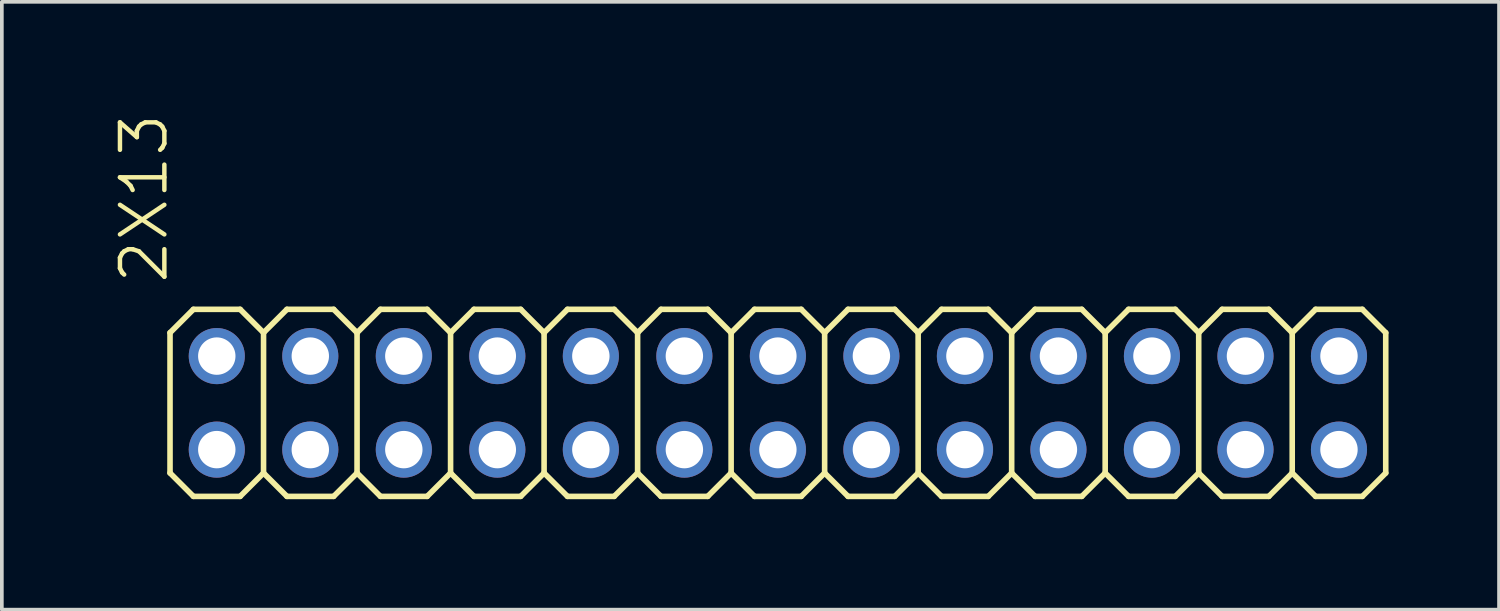
<source format=kicad_pcb>
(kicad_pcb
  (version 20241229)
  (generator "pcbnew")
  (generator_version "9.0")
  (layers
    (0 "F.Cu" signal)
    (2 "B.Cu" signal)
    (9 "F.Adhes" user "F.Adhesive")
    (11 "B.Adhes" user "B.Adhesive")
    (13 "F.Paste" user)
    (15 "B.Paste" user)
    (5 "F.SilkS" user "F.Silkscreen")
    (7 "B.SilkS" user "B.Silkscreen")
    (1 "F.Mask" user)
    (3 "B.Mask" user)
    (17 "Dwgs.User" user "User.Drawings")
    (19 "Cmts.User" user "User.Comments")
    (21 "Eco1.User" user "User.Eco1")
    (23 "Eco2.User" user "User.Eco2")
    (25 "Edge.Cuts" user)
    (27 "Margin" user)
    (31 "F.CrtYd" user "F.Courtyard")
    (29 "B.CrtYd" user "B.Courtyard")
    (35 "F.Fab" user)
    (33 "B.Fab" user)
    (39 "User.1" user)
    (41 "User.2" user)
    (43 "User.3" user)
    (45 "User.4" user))
  (footprint "2X13"
    (layer "F.Cu")
    (at 18.078 7.892)
    (property "Reference" "2X13" (at -16.51 -3.175 90) (layer "F.SilkS") (effects (font (size 1.206 1.206) (thickness 0.121)) (justify left bottom)))
    (attr through_hole)
    (fp_line (start -16.51 -1.905) (end -15.875 -2.54) (stroke (width 0.152) (type solid)) (layer "F.SilkS"))
    (fp_line (start -16.51 1.905) (end -16.51 -1.905) (stroke (width 0.152) (type solid)) (layer "F.SilkS"))
    (fp_line (start -16.51 1.905) (end -15.875 2.54) (stroke (width 0.152) (type solid)) (layer "F.SilkS"))
    (fp_line (start -15.875 -2.54) (end -14.605 -2.54) (stroke (width 0.152) (type solid)) (layer "F.SilkS"))
    (fp_line (start -15.875 2.54) (end -14.605 2.54) (stroke (width 0.152) (type solid)) (layer "F.SilkS"))
    (fp_line (start -14.605 -2.54) (end -13.97 -1.905) (stroke (width 0.152) (type solid)) (layer "F.SilkS"))
    (fp_line (start -14.605 2.54) (end -13.97 1.905) (stroke (width 0.152) (type solid)) (layer "F.SilkS"))
    (fp_line (start -13.97 -1.905) (end -13.97 1.905) (stroke (width 0.152) (type solid)) (layer "F.SilkS"))
    (fp_line (start -13.97 -1.905) (end -13.335 -2.54) (stroke (width 0.152) (type solid)) (layer "F.SilkS"))
    (fp_line (start -13.97 1.905) (end -13.335 2.54) (stroke (width 0.152) (type solid)) (layer "F.SilkS"))
    (fp_line (start -13.335 -2.54) (end -12.065 -2.54) (stroke (width 0.152) (type solid)) (layer "F.SilkS"))
    (fp_line (start -13.335 2.54) (end -12.065 2.54) (stroke (width 0.152) (type solid)) (layer "F.SilkS"))
    (fp_line (start -12.065 -2.54) (end -11.43 -1.905) (stroke (width 0.152) (type solid)) (layer "F.SilkS"))
    (fp_line (start -12.065 2.54) (end -11.43 1.905) (stroke (width 0.152) (type solid)) (layer "F.SilkS"))
    (fp_line (start -11.43 -1.905) (end -11.43 1.905) (stroke (width 0.152) (type solid)) (layer "F.SilkS"))
    (fp_line (start -11.43 -1.905) (end -10.795 -2.54) (stroke (width 0.152) (type solid)) (layer "F.SilkS"))
    (fp_line (start -11.43 1.905) (end -10.795 2.54) (stroke (width 0.152) (type solid)) (layer "F.SilkS"))
    (fp_line (start -10.795 -2.54) (end -9.525 -2.54) (stroke (width 0.152) (type solid)) (layer "F.SilkS"))
    (fp_line (start -10.795 2.54) (end -9.525 2.54) (stroke (width 0.152) (type solid)) (layer "F.SilkS"))
    (fp_line (start -9.525 -2.54) (end -8.89 -1.905) (stroke (width 0.152) (type solid)) (layer "F.SilkS"))
    (fp_line (start -9.525 2.54) (end -8.89 1.905) (stroke (width 0.152) (type solid)) (layer "F.SilkS"))
    (fp_line (start -8.89 -1.905) (end -8.89 1.905) (stroke (width 0.152) (type solid)) (layer "F.SilkS"))
    (fp_line (start -8.89 -1.905) (end -8.255 -2.54) (stroke (width 0.152) (type solid)) (layer "F.SilkS"))
    (fp_line (start -8.89 1.905) (end -8.255 2.54) (stroke (width 0.152) (type solid)) (layer "F.SilkS"))
    (fp_line (start -8.255 -2.54) (end -6.985 -2.54) (stroke (width 0.152) (type solid)) (layer "F.SilkS"))
    (fp_line (start -8.255 2.54) (end -6.985 2.54) (stroke (width 0.152) (type solid)) (layer "F.SilkS"))
    (fp_line (start -6.985 -2.54) (end -6.35 -1.905) (stroke (width 0.152) (type solid)) (layer "F.SilkS"))
    (fp_line (start -6.985 2.54) (end -6.35 1.905) (stroke (width 0.152) (type solid)) (layer "F.SilkS"))
    (fp_line (start -6.35 -1.905) (end -6.35 1.905) (stroke (width 0.152) (type solid)) (layer "F.SilkS"))
    (fp_line (start -6.35 -1.905) (end -5.715 -2.54) (stroke (width 0.152) (type solid)) (layer "F.SilkS"))
    (fp_line (start -6.35 1.905) (end -5.715 2.54) (stroke (width 0.152) (type solid)) (layer "F.SilkS"))
    (fp_line (start -5.715 -2.54) (end -4.445 -2.54) (stroke (width 0.152) (type solid)) (layer "F.SilkS"))
    (fp_line (start -5.715 2.54) (end -4.445 2.54) (stroke (width 0.152) (type solid)) (layer "F.SilkS"))
    (fp_line (start -4.445 -2.54) (end -3.81 -1.905) (stroke (width 0.152) (type solid)) (layer "F.SilkS"))
    (fp_line (start -4.445 2.54) (end -3.81 1.905) (stroke (width 0.152) (type solid)) (layer "F.SilkS"))
    (fp_line (start -3.81 -1.905) (end -3.81 1.905) (stroke (width 0.152) (type solid)) (layer "F.SilkS"))
    (fp_line (start -3.81 -1.905) (end -3.175 -2.54) (stroke (width 0.152) (type solid)) (layer "F.SilkS"))
    (fp_line (start -3.81 1.905) (end -3.175 2.54) (stroke (width 0.152) (type solid)) (layer "F.SilkS"))
    (fp_line (start -3.175 -2.54) (end -1.905 -2.54) (stroke (width 0.152) (type solid)) (layer "F.SilkS"))
    (fp_line (start -3.175 2.54) (end -1.905 2.54) (stroke (width 0.152) (type solid)) (layer "F.SilkS"))
    (fp_line (start -1.905 -2.54) (end -1.27 -1.905) (stroke (width 0.152) (type solid)) (layer "F.SilkS"))
    (fp_line (start -1.905 2.54) (end -1.27 1.905) (stroke (width 0.152) (type solid)) (layer "F.SilkS"))
    (fp_line (start -1.27 -1.905) (end -1.27 1.905) (stroke (width 0.152) (type solid)) (layer "F.SilkS"))
    (fp_line (start -1.27 -1.905) (end -0.635 -2.54) (stroke (width 0.152) (type solid)) (layer "F.SilkS"))
    (fp_line (start -1.27 1.905) (end -0.635 2.54) (stroke (width 0.152) (type solid)) (layer "F.SilkS"))
    (fp_line (start -0.635 -2.54) (end 0.635 -2.54) (stroke (width 0.152) (type solid)) (layer "F.SilkS"))
    (fp_line (start 0.635 -2.54) (end 1.27 -1.905) (stroke (width 0.152) (type solid)) (layer "F.SilkS"))
    (fp_line (start 0.635 2.54) (end -0.635 2.54) (stroke (width 0.152) (type solid)) (layer "F.SilkS"))
    (fp_line (start 1.27 -1.905) (end 1.27 1.905) (stroke (width 0.152) (type solid)) (layer "F.SilkS"))
    (fp_line (start 1.27 -1.905) (end 1.905 -2.54) (stroke (width 0.152) (type solid)) (layer "F.SilkS"))
    (fp_line (start 1.27 1.905) (end 0.635 2.54) (stroke (width 0.152) (type solid)) (layer "F.SilkS"))
    (fp_line (start 1.27 1.905) (end 1.905 2.54) (stroke (width 0.152) (type solid)) (layer "F.SilkS"))
    (fp_line (start 1.905 -2.54) (end 3.175 -2.54) (stroke (width 0.152) (type solid)) (layer "F.SilkS"))
    (fp_line (start 3.175 -2.54) (end 3.81 -1.905) (stroke (width 0.152) (type solid)) (layer "F.SilkS"))
    (fp_line (start 3.175 2.54) (end 1.905 2.54) (stroke (width 0.152) (type solid)) (layer "F.SilkS"))
    (fp_line (start 3.81 -1.905) (end 3.81 1.905) (stroke (width 0.152) (type solid)) (layer "F.SilkS"))
    (fp_line (start 3.81 -1.905) (end 4.445 -2.54) (stroke (width 0.152) (type solid)) (layer "F.SilkS"))
    (fp_line (start 3.81 1.905) (end 3.175 2.54) (stroke (width 0.152) (type solid)) (layer "F.SilkS"))
    (fp_line (start 3.81 1.905) (end 4.445 2.54) (stroke (width 0.152) (type solid)) (layer "F.SilkS"))
    (fp_line (start 4.445 -2.54) (end 5.715 -2.54) (stroke (width 0.152) (type solid)) (layer "F.SilkS"))
    (fp_line (start 5.715 -2.54) (end 6.35 -1.905) (stroke (width 0.152) (type solid)) (layer "F.SilkS"))
    (fp_line (start 5.715 2.54) (end 4.445 2.54) (stroke (width 0.152) (type solid)) (layer "F.SilkS"))
    (fp_line (start 6.35 -1.905) (end 6.35 1.905) (stroke (width 0.152) (type solid)) (layer "F.SilkS"))
    (fp_line (start 6.35 -1.905) (end 6.985 -2.54) (stroke (width 0.152) (type solid)) (layer "F.SilkS"))
    (fp_line (start 6.35 1.905) (end 5.715 2.54) (stroke (width 0.152) (type solid)) (layer "F.SilkS"))
    (fp_line (start 6.35 1.905) (end 6.985 2.54) (stroke (width 0.152) (type solid)) (layer "F.SilkS"))
    (fp_line (start 6.985 -2.54) (end 8.255 -2.54) (stroke (width 0.152) (type solid)) (layer "F.SilkS"))
    (fp_line (start 8.255 -2.54) (end 8.89 -1.905) (stroke (width 0.152) (type solid)) (layer "F.SilkS"))
    (fp_line (start 8.255 2.54) (end 6.985 2.54) (stroke (width 0.152) (type solid)) (layer "F.SilkS"))
    (fp_line (start 8.89 -1.905) (end 8.89 1.905) (stroke (width 0.152) (type solid)) (layer "F.SilkS"))
    (fp_line (start 8.89 -1.905) (end 9.525 -2.54) (stroke (width 0.152) (type solid)) (layer "F.SilkS"))
    (fp_line (start 8.89 1.905) (end 8.255 2.54) (stroke (width 0.152) (type solid)) (layer "F.SilkS"))
    (fp_line (start 8.89 1.905) (end 9.525 2.54) (stroke (width 0.152) (type solid)) (layer "F.SilkS"))
    (fp_line (start 9.525 -2.54) (end 10.795 -2.54) (stroke (width 0.152) (type solid)) (layer "F.SilkS"))
    (fp_line (start 10.795 -2.54) (end 11.43 -1.905) (stroke (width 0.152) (type solid)) (layer "F.SilkS"))
    (fp_line (start 10.795 2.54) (end 9.525 2.54) (stroke (width 0.152) (type solid)) (layer "F.SilkS"))
    (fp_line (start 11.43 -1.905) (end 11.43 1.905) (stroke (width 0.152) (type solid)) (layer "F.SilkS"))
    (fp_line (start 11.43 -1.905) (end 12.065 -2.54) (stroke (width 0.152) (type solid)) (layer "F.SilkS"))
    (fp_line (start 11.43 1.905) (end 10.795 2.54) (stroke (width 0.152) (type solid)) (layer "F.SilkS"))
    (fp_line (start 11.43 1.905) (end 12.065 2.54) (stroke (width 0.152) (type solid)) (layer "F.SilkS"))
    (fp_line (start 12.065 -2.54) (end 13.335 -2.54) (stroke (width 0.152) (type solid)) (layer "F.SilkS"))
    (fp_line (start 13.335 2.54) (end 12.065 2.54) (stroke (width 0.152) (type solid)) (layer "F.SilkS"))
    (fp_line (start 13.97 -1.905) (end 13.335 -2.54) (stroke (width 0.152) (type solid)) (layer "F.SilkS"))
    (fp_line (start 13.97 -1.905) (end 13.97 1.905) (stroke (width 0.152) (type solid)) (layer "F.SilkS"))
    (fp_line (start 13.97 -1.905) (end 14.605 -2.54) (stroke (width 0.152) (type solid)) (layer "F.SilkS"))
    (fp_line (start 13.97 1.905) (end 13.335 2.54) (stroke (width 0.152) (type solid)) (layer "F.SilkS"))
    (fp_line (start 13.97 1.905) (end 14.605 2.54) (stroke (width 0.152) (type solid)) (layer "F.SilkS"))
    (fp_line (start 14.605 -2.54) (end 15.875 -2.54) (stroke (width 0.152) (type solid)) (layer "F.SilkS"))
    (fp_line (start 15.875 2.54) (end 14.605 2.54) (stroke (width 0.152) (type solid)) (layer "F.SilkS"))
    (fp_line (start 16.51 -1.905) (end 15.875 -2.54) (stroke (width 0.152) (type solid)) (layer "F.SilkS"))
    (fp_line (start 16.51 -1.905) (end 16.51 1.905) (stroke (width 0.152) (type solid)) (layer "F.SilkS"))
    (fp_line (start 16.51 1.905) (end 15.875 2.54) (stroke (width 0.152) (type solid)) (layer "F.SilkS"))
    (fp_poly (pts (xy -15.494 -1.016) (xy -14.986 -1.016) (xy -14.986 -1.524) (xy -15.494 -1.524)) (stroke (width 0) (type solid)) (fill yes) (layer "F.SilkS"))
    (fp_poly (pts (xy -15.494 1.524) (xy -14.986 1.524) (xy -14.986 1.016) (xy -15.494 1.016)) (stroke (width 0) (type solid)) (fill yes) (layer "F.SilkS"))
    (fp_poly (pts (xy -12.954 -1.016) (xy -12.446 -1.016) (xy -12.446 -1.524) (xy -12.954 -1.524)) (stroke (width 0) (type solid)) (fill yes) (layer "F.SilkS"))
    (fp_poly (pts (xy -12.954 1.524) (xy -12.446 1.524) (xy -12.446 1.016) (xy -12.954 1.016)) (stroke (width 0) (type solid)) (fill yes) (layer "F.SilkS"))
    (fp_poly (pts (xy -10.414 -1.016) (xy -9.906 -1.016) (xy -9.906 -1.524) (xy -10.414 -1.524)) (stroke (width 0) (type solid)) (fill yes) (layer "F.SilkS"))
    (fp_poly (pts (xy -10.414 1.524) (xy -9.906 1.524) (xy -9.906 1.016) (xy -10.414 1.016)) (stroke (width 0) (type solid)) (fill yes) (layer "F.SilkS"))
    (fp_poly (pts (xy -7.874 -1.016) (xy -7.366 -1.016) (xy -7.366 -1.524) (xy -7.874 -1.524)) (stroke (width 0) (type solid)) (fill yes) (layer "F.SilkS"))
    (fp_poly (pts (xy -7.874 1.524) (xy -7.366 1.524) (xy -7.366 1.016) (xy -7.874 1.016)) (stroke (width 0) (type solid)) (fill yes) (layer "F.SilkS"))
    (fp_poly (pts (xy -5.334 -1.016) (xy -4.826 -1.016) (xy -4.826 -1.524) (xy -5.334 -1.524)) (stroke (width 0) (type solid)) (fill yes) (layer "F.SilkS"))
    (fp_poly (pts (xy -5.334 1.524) (xy -4.826 1.524) (xy -4.826 1.016) (xy -5.334 1.016)) (stroke (width 0) (type solid)) (fill yes) (layer "F.SilkS"))
    (fp_poly (pts (xy -2.794 -1.016) (xy -2.286 -1.016) (xy -2.286 -1.524) (xy -2.794 -1.524)) (stroke (width 0) (type solid)) (fill yes) (layer "F.SilkS"))
    (fp_poly (pts (xy -2.794 1.524) (xy -2.286 1.524) (xy -2.286 1.016) (xy -2.794 1.016)) (stroke (width 0) (type solid)) (fill yes) (layer "F.SilkS"))
    (fp_poly (pts (xy -0.254 -1.016) (xy 0.254 -1.016) (xy 0.254 -1.524) (xy -0.254 -1.524)) (stroke (width 0) (type solid)) (fill yes) (layer "F.SilkS"))
    (fp_poly (pts (xy -0.254 1.524) (xy 0.254 1.524) (xy 0.254 1.016) (xy -0.254 1.016)) (stroke (width 0) (type solid)) (fill yes) (layer "F.SilkS"))
    (fp_poly (pts (xy 2.286 -1.016) (xy 2.794 -1.016) (xy 2.794 -1.524) (xy 2.286 -1.524)) (stroke (width 0) (type solid)) (fill yes) (layer "F.SilkS"))
    (fp_poly (pts (xy 2.286 1.524) (xy 2.794 1.524) (xy 2.794 1.016) (xy 2.286 1.016)) (stroke (width 0) (type solid)) (fill yes) (layer "F.SilkS"))
    (fp_poly (pts (xy 4.826 -1.016) (xy 5.334 -1.016) (xy 5.334 -1.524) (xy 4.826 -1.524)) (stroke (width 0) (type solid)) (fill yes) (layer "F.SilkS"))
    (fp_poly (pts (xy 4.826 1.524) (xy 5.334 1.524) (xy 5.334 1.016) (xy 4.826 1.016)) (stroke (width 0) (type solid)) (fill yes) (layer "F.SilkS"))
    (fp_poly (pts (xy 7.366 -1.016) (xy 7.874 -1.016) (xy 7.874 -1.524) (xy 7.366 -1.524)) (stroke (width 0) (type solid)) (fill yes) (layer "F.SilkS"))
    (fp_poly (pts (xy 7.366 1.524) (xy 7.874 1.524) (xy 7.874 1.016) (xy 7.366 1.016)) (stroke (width 0) (type solid)) (fill yes) (layer "F.SilkS"))
    (fp_poly (pts (xy 9.906 -1.016) (xy 10.414 -1.016) (xy 10.414 -1.524) (xy 9.906 -1.524)) (stroke (width 0) (type solid)) (fill yes) (layer "F.SilkS"))
    (fp_poly (pts (xy 9.906 1.524) (xy 10.414 1.524) (xy 10.414 1.016) (xy 9.906 1.016)) (stroke (width 0) (type solid)) (fill yes) (layer "F.SilkS"))
    (fp_poly (pts (xy 12.446 -1.016) (xy 12.954 -1.016) (xy 12.954 -1.524) (xy 12.446 -1.524)) (stroke (width 0) (type solid)) (fill yes) (layer "F.SilkS"))
    (fp_poly (pts (xy 12.446 1.524) (xy 12.954 1.524) (xy 12.954 1.016) (xy 12.446 1.016)) (stroke (width 0) (type solid)) (fill yes) (layer "F.SilkS"))
    (fp_poly (pts (xy 14.986 -1.016) (xy 15.494 -1.016) (xy 15.494 -1.524) (xy 14.986 -1.524)) (stroke (width 0) (type solid)) (fill yes) (layer "F.SilkS"))
    (fp_poly (pts (xy 14.986 1.524) (xy 15.494 1.524) (xy 15.494 1.016) (xy 14.986 1.016)) (stroke (width 0) (type solid)) (fill yes) (layer "F.SilkS"))
    (pad "1" thru_hole circle (at -15.24 1.27) (size 1.524 1.524) (drill 1.016) (layers "*.Cu" "*.Mask"))
    (pad "2" thru_hole circle (at -15.24 -1.27) (size 1.524 1.524) (drill 1.016) (layers "*.Cu" "*.Mask"))
    (pad "3" thru_hole circle (at -12.7 1.27) (size 1.524 1.524) (drill 1.016) (layers "*.Cu" "*.Mask"))
    (pad "4" thru_hole circle (at -12.7 -1.27) (size 1.524 1.524) (drill 1.016) (layers "*.Cu" "*.Mask"))
    (pad "5" thru_hole circle (at -10.16 1.27) (size 1.524 1.524) (drill 1.016) (layers "*.Cu" "*.Mask"))
    (pad "6" thru_hole circle (at -10.16 -1.27) (size 1.524 1.524) (drill 1.016) (layers "*.Cu" "*.Mask"))
    (pad "7" thru_hole circle (at -7.62 1.27) (size 1.524 1.524) (drill 1.016) (layers "*.Cu" "*.Mask"))
    (pad "8" thru_hole circle (at -7.62 -1.27) (size 1.524 1.524) (drill 1.016) (layers "*.Cu" "*.Mask"))
    (pad "9" thru_hole circle (at -5.08 1.27) (size 1.524 1.524) (drill 1.016) (layers "*.Cu" "*.Mask"))
    (pad "10" thru_hole circle (at -5.08 -1.27) (size 1.524 1.524) (drill 1.016) (layers "*.Cu" "*.Mask"))
    (pad "11" thru_hole circle (at -2.54 1.27) (size 1.524 1.524) (drill 1.016) (layers "*.Cu" "*.Mask"))
    (pad "12" thru_hole circle (at -2.54 -1.27) (size 1.524 1.524) (drill 1.016) (layers "*.Cu" "*.Mask"))
    (pad "13" thru_hole circle (at 0 1.27) (size 1.524 1.524) (drill 1.016) (layers "*.Cu" "*.Mask"))
    (pad "14" thru_hole circle (at 0 -1.27) (size 1.524 1.524) (drill 1.016) (layers "*.Cu" "*.Mask"))
    (pad "15" thru_hole circle (at 2.54 1.27) (size 1.524 1.524) (drill 1.016) (layers "*.Cu" "*.Mask"))
    (pad "16" thru_hole circle (at 2.54 -1.27) (size 1.524 1.524) (drill 1.016) (layers "*.Cu" "*.Mask"))
    (pad "17" thru_hole circle (at 5.08 1.27) (size 1.524 1.524) (drill 1.016) (layers "*.Cu" "*.Mask"))
    (pad "18" thru_hole circle (at 5.08 -1.27) (size 1.524 1.524) (drill 1.016) (layers "*.Cu" "*.Mask"))
    (pad "19" thru_hole circle (at 7.62 1.27) (size 1.524 1.524) (drill 1.016) (layers "*.Cu" "*.Mask"))
    (pad "20" thru_hole circle (at 7.62 -1.27) (size 1.524 1.524) (drill 1.016) (layers "*.Cu" "*.Mask"))
    (pad "21" thru_hole circle (at 10.16 1.27) (size 1.524 1.524) (drill 1.016) (layers "*.Cu" "*.Mask"))
    (pad "22" thru_hole circle (at 10.16 -1.27) (size 1.524 1.524) (drill 1.016) (layers "*.Cu" "*.Mask"))
    (pad "23" thru_hole circle (at 12.7 1.27) (size 1.524 1.524) (drill 1.016) (layers "*.Cu" "*.Mask"))
    (pad "24" thru_hole circle (at 12.7 -1.27) (size 1.524 1.524) (drill 1.016) (layers "*.Cu" "*.Mask"))
    (pad "25" thru_hole circle (at 15.24 1.27) (size 1.524 1.524) (drill 1.016) (layers "*.Cu" "*.Mask"))
    (pad "26" thru_hole circle (at 15.24 -1.27) (size 1.524 1.524) (drill 1.016) (layers "*.Cu" "*.Mask")))
  (gr_rect
    (start -3 -3)
    (end 37.665 13.508)
    (stroke (width 0.1) (type default))
    (fill no)
    (layer "Edge.Cuts")))
</source>
